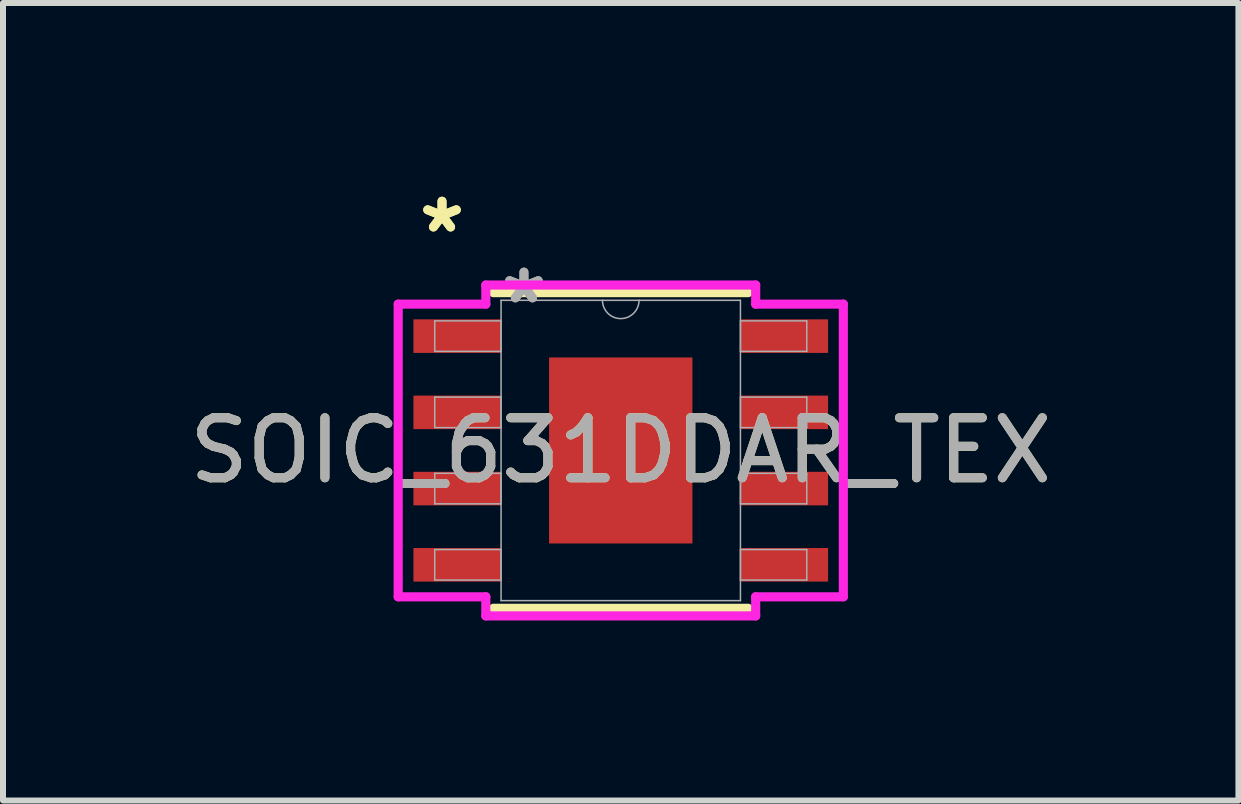
<source format=kicad_pcb>
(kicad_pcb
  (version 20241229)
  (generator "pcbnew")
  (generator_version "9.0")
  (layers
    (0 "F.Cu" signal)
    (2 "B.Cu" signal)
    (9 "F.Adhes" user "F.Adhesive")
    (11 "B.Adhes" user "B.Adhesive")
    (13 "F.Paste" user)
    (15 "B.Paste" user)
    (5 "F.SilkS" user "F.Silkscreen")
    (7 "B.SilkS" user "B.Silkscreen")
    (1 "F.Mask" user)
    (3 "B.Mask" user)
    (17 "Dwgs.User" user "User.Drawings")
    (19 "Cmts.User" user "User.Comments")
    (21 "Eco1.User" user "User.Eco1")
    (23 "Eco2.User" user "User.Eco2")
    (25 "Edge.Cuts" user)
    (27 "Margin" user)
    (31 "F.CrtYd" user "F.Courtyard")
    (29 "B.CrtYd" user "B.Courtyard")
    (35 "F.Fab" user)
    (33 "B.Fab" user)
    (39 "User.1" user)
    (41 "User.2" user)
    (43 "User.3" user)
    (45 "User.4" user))
  (footprint "SOIC_631DDAR_TEX"
    (layer "F.Cu")
    (at 7.292 4.455)
    (property "Reference" "SOIC_631DDAR_TEX" (at 0 0 0) (unlocked yes) (layer "F.SilkS") (effects (font (size 1 1) (thickness 0.15))))
    (attr smd)
    (fp_line (start -2.121 2.629) (end 2.121 2.629) (stroke (width 0.152) (type solid)) (layer "F.SilkS"))
    (fp_line (start 2.121 -2.629) (end -2.121 -2.629) (stroke (width 0.152) (type solid)) (layer "F.SilkS"))
    (fp_poly (pts (xy -1.094 -1.449) (xy -1.094 -0.1) (xy 1.094 -0.1) (xy 1.094 -1.449)) (stroke (width 0) (type solid)) (fill yes) (layer "F.Paste"))
    (fp_poly (pts (xy -1.094 0.1) (xy -1.094 1.449) (xy 1.094 1.449) (xy 1.094 0.1)) (stroke (width 0) (type solid)) (fill yes) (layer "F.Paste"))
    (fp_line (start -3.708 -2.438) (end -2.248 -2.438) (stroke (width 0.152) (type solid)) (layer "F.CrtYd"))
    (fp_line (start -3.708 2.438) (end -3.708 -2.438) (stroke (width 0.152) (type solid)) (layer "F.CrtYd"))
    (fp_line (start -3.708 2.438) (end -2.248 2.438) (stroke (width 0.152) (type solid)) (layer "F.CrtYd"))
    (fp_line (start -2.248 -2.756) (end 2.248 -2.756) (stroke (width 0.152) (type solid)) (layer "F.CrtYd"))
    (fp_line (start -2.248 -2.438) (end -2.248 -2.756) (stroke (width 0.152) (type solid)) (layer "F.CrtYd"))
    (fp_line (start -2.248 2.756) (end -2.248 2.438) (stroke (width 0.152) (type solid)) (layer "F.CrtYd"))
    (fp_line (start 2.248 -2.756) (end 2.248 -2.438) (stroke (width 0.152) (type solid)) (layer "F.CrtYd"))
    (fp_line (start 2.248 2.438) (end 2.248 2.756) (stroke (width 0.152) (type solid)) (layer "F.CrtYd"))
    (fp_line (start 2.248 2.756) (end -2.248 2.756) (stroke (width 0.152) (type solid)) (layer "F.CrtYd"))
    (fp_line (start 3.708 -2.438) (end 2.248 -2.438) (stroke (width 0.152) (type solid)) (layer "F.CrtYd"))
    (fp_line (start 3.708 -2.438) (end 3.708 2.438) (stroke (width 0.152) (type solid)) (layer "F.CrtYd"))
    (fp_line (start 3.708 2.438) (end 2.248 2.438) (stroke (width 0.152) (type solid)) (layer "F.CrtYd"))
    (fp_line (start -3.099 -2.159) (end -3.099 -1.651) (stroke (width 0.025) (type solid)) (layer "F.Fab"))
    (fp_line (start -3.099 -1.651) (end -1.994 -1.651) (stroke (width 0.025) (type solid)) (layer "F.Fab"))
    (fp_line (start -3.099 -0.889) (end -3.099 -0.381) (stroke (width 0.025) (type solid)) (layer "F.Fab"))
    (fp_line (start -3.099 -0.381) (end -1.994 -0.381) (stroke (width 0.025) (type solid)) (layer "F.Fab"))
    (fp_line (start -3.099 0.381) (end -3.099 0.889) (stroke (width 0.025) (type solid)) (layer "F.Fab"))
    (fp_line (start -3.099 0.889) (end -1.994 0.889) (stroke (width 0.025) (type solid)) (layer "F.Fab"))
    (fp_line (start -3.099 1.651) (end -3.099 2.159) (stroke (width 0.025) (type solid)) (layer "F.Fab"))
    (fp_line (start -3.099 2.159) (end -1.994 2.159) (stroke (width 0.025) (type solid)) (layer "F.Fab"))
    (fp_line (start -1.994 -2.502) (end -1.994 2.502) (stroke (width 0.025) (type solid)) (layer "F.Fab"))
    (fp_line (start -1.994 -2.159) (end -3.099 -2.159) (stroke (width 0.025) (type solid)) (layer "F.Fab"))
    (fp_line (start -1.994 -1.651) (end -1.994 -2.159) (stroke (width 0.025) (type solid)) (layer "F.Fab"))
    (fp_line (start -1.994 -0.889) (end -3.099 -0.889) (stroke (width 0.025) (type solid)) (layer "F.Fab"))
    (fp_line (start -1.994 -0.381) (end -1.994 -0.889) (stroke (width 0.025) (type solid)) (layer "F.Fab"))
    (fp_line (start -1.994 0.381) (end -3.099 0.381) (stroke (width 0.025) (type solid)) (layer "F.Fab"))
    (fp_line (start -1.994 0.889) (end -1.994 0.381) (stroke (width 0.025) (type solid)) (layer "F.Fab"))
    (fp_line (start -1.994 1.651) (end -3.099 1.651) (stroke (width 0.025) (type solid)) (layer "F.Fab"))
    (fp_line (start -1.994 2.159) (end -1.994 1.651) (stroke (width 0.025) (type solid)) (layer "F.Fab"))
    (fp_line (start -1.994 2.502) (end 1.994 2.502) (stroke (width 0.025) (type solid)) (layer "F.Fab"))
    (fp_line (start 1.994 -2.502) (end -1.994 -2.502) (stroke (width 0.025) (type solid)) (layer "F.Fab"))
    (fp_line (start 1.994 -2.159) (end 1.994 -1.651) (stroke (width 0.025) (type solid)) (layer "F.Fab"))
    (fp_line (start 1.994 -1.651) (end 3.099 -1.651) (stroke (width 0.025) (type solid)) (layer "F.Fab"))
    (fp_line (start 1.994 -0.889) (end 1.994 -0.381) (stroke (width 0.025) (type solid)) (layer "F.Fab"))
    (fp_line (start 1.994 -0.381) (end 3.099 -0.381) (stroke (width 0.025) (type solid)) (layer "F.Fab"))
    (fp_line (start 1.994 0.381) (end 1.994 0.889) (stroke (width 0.025) (type solid)) (layer "F.Fab"))
    (fp_line (start 1.994 0.889) (end 3.099 0.889) (stroke (width 0.025) (type solid)) (layer "F.Fab"))
    (fp_line (start 1.994 1.651) (end 1.994 2.159) (stroke (width 0.025) (type solid)) (layer "F.Fab"))
    (fp_line (start 1.994 2.159) (end 3.099 2.159) (stroke (width 0.025) (type solid)) (layer "F.Fab"))
    (fp_line (start 1.994 2.502) (end 1.994 -2.502) (stroke (width 0.025) (type solid)) (layer "F.Fab"))
    (fp_line (start 3.099 -2.159) (end 1.994 -2.159) (stroke (width 0.025) (type solid)) (layer "F.Fab"))
    (fp_line (start 3.099 -1.651) (end 3.099 -2.159) (stroke (width 0.025) (type solid)) (layer "F.Fab"))
    (fp_line (start 3.099 -0.889) (end 1.994 -0.889) (stroke (width 0.025) (type solid)) (layer "F.Fab"))
    (fp_line (start 3.099 -0.381) (end 3.099 -0.889) (stroke (width 0.025) (type solid)) (layer "F.Fab"))
    (fp_line (start 3.099 0.381) (end 1.994 0.381) (stroke (width 0.025) (type solid)) (layer "F.Fab"))
    (fp_line (start 3.099 0.889) (end 3.099 0.381) (stroke (width 0.025) (type solid)) (layer "F.Fab"))
    (fp_line (start 3.099 1.651) (end 1.994 1.651) (stroke (width 0.025) (type solid)) (layer "F.Fab"))
    (fp_line (start 3.099 2.159) (end 3.099 1.651) (stroke (width 0.025) (type solid)) (layer "F.Fab"))
    (fp_arc (start 0.3048 -2.5019) (mid 0 -2.1971) (end -0.3048 -2.5019) (stroke (width 0.0254) (type solid)) (layer "F.Fab"))
    (fp_text user "*" (at -2.978 -3.607 0) (unlocked yes) (layer "F.SilkS") (effects (font (size 1 1) (thickness 0.15))))
    (fp_text user "*" (at -2.978 -3.607 0) (layer "F.SilkS") (effects (font (size 1 1) (thickness 0.15))))
    (fp_text user "*" (at -1.613 -2.426 0) (layer "F.Fab") (effects (font (size 1 1) (thickness 0.15))))
    (fp_text user "*" (at -1.613 -2.426 0) (unlocked yes) (layer "F.Fab") (effects (font (size 1 1) (thickness 0.15))))
    (fp_text user "${REFERENCE}" (at 0 0 0) (unlocked yes) (layer "F.Fab") (effects (font (size 1 1) (thickness 0.15))))
    (pad "1" smd rect (at -2.724 -1.905) (size 1.46 0.559) (layers "F.Cu" "F.Mask" "F.Paste"))
    (pad "2" smd rect (at -2.724 -0.635) (size 1.46 0.559) (layers "F.Cu" "F.Mask" "F.Paste"))
    (pad "3" smd rect (at -2.724 0.635) (size 1.46 0.559) (layers "F.Cu" "F.Mask" "F.Paste"))
    (pad "4" smd rect (at -2.724 1.905) (size 1.46 0.559) (layers "F.Cu" "F.Mask" "F.Paste"))
    (pad "5" smd rect (at 2.724 1.905) (size 1.46 0.559) (layers "F.Cu" "F.Mask" "F.Paste"))
    (pad "6" smd rect (at 2.724 0.635) (size 1.46 0.559) (layers "F.Cu" "F.Mask" "F.Paste"))
    (pad "7" smd rect (at 2.724 -0.635) (size 1.46 0.559) (layers "F.Cu" "F.Mask" "F.Paste"))
    (pad "8" smd rect (at 2.724 -1.905) (size 1.46 0.559) (layers "F.Cu" "F.Mask" "F.Paste"))
    (pad "EPAD" smd rect (at 0 0) (size 2.388 3.099) (layers "F.Cu" "F.Mask")))
  (gr_rect
    (start -3 -3)
    (end 17.583 10.287)
    (stroke (width 0.1) (type default))
    (fill no)
    (layer "Edge.Cuts")))
</source>
